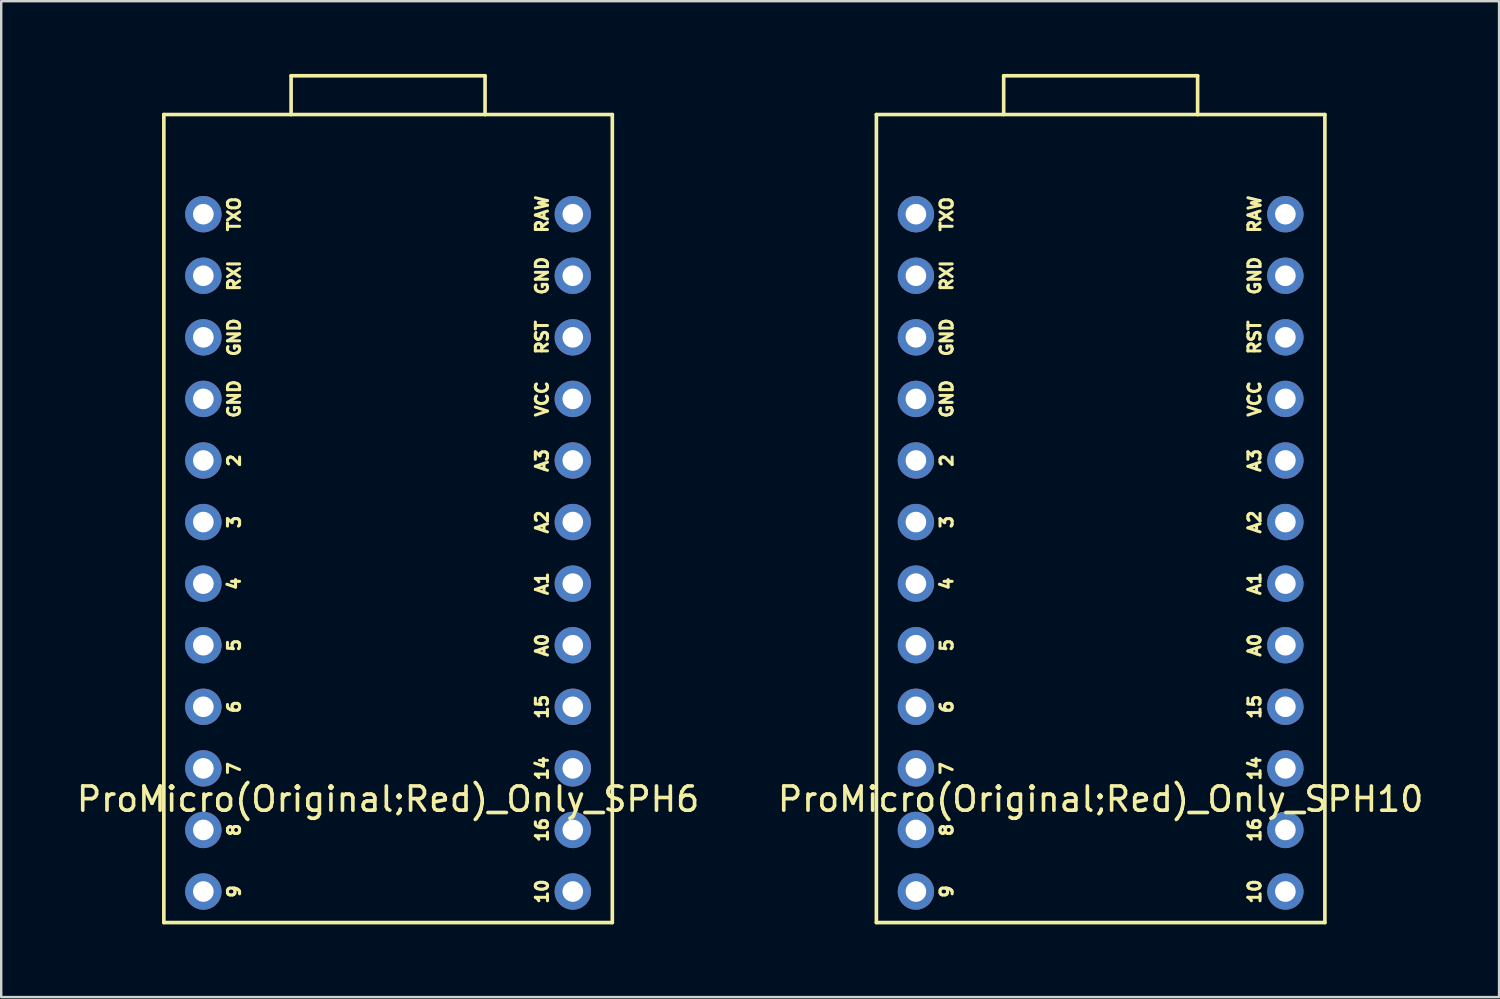
<source format=kicad_pcb>
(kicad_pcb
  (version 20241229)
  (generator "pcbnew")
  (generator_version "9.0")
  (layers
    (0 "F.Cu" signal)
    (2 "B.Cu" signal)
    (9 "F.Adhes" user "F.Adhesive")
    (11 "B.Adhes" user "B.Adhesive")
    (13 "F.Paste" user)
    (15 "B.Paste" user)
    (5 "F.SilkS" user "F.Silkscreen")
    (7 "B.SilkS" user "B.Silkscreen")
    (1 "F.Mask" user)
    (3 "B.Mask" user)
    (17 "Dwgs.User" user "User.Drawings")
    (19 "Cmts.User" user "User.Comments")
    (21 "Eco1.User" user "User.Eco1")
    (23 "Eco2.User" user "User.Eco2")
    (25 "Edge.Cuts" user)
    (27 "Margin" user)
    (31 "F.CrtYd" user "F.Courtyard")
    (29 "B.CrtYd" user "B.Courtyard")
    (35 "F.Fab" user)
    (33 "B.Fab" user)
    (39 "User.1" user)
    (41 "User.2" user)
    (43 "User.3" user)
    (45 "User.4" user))
  (footprint "ProMicro(Original;Red)_Only_SPH10"
    (layer "F.Cu")
    (at 34.731 5.785)
    (property "Reference" "ProMicro(Original;Red)_Only_SPH10" (at 7.62 24.13 0) (layer "F.SilkS") (effects (font (size 1 1) (thickness 0.15))))
    (attr through_hole)
    (fp_line (start -1.63 -4.11) (end -1.63 29.22) (stroke (width 0.15) (type solid)) (layer "F.SilkS"))
    (fp_line (start -1.63 29.22) (end 16.87 29.22) (stroke (width 0.15) (type solid)) (layer "F.SilkS"))
    (fp_line (start 3.62 -5.71) (end 11.62 -5.71) (stroke (width 0.15) (type solid)) (layer "F.SilkS"))
    (fp_line (start 3.62 -4.11) (end 3.62 -5.71) (stroke (width 0.15) (type solid)) (layer "F.SilkS"))
    (fp_line (start 11.62 -5.71) (end 11.62 -4.11) (stroke (width 0.15) (type solid)) (layer "F.SilkS"))
    (fp_line (start 16.87 -4.11) (end -1.63 -4.11) (stroke (width 0.15) (type solid)) (layer "F.SilkS"))
    (fp_line (start 16.87 29.22) (end 16.87 -4.11) (stroke (width 0.15) (type solid)) (layer "F.SilkS"))
    (fp_text user "15" (at 13.97 20.32 90) (layer "F.SilkS") (effects (font (size 0.5 0.5) (thickness 0.125))))
    (fp_text user "8" (at 1.27 25.4 90) (layer "F.SilkS") (effects (font (size 0.5 0.5) (thickness 0.125))))
    (fp_text user "4" (at 1.27 15.24 90) (layer "F.SilkS") (effects (font (size 0.5 0.5) (thickness 0.125))))
    (fp_text user "7" (at 1.27 22.86 90) (layer "F.SilkS") (effects (font (size 0.5 0.5) (thickness 0.125))))
    (fp_text user "RXI" (at 1.27 2.54 90) (layer "F.SilkS") (effects (font (size 0.5 0.5) (thickness 0.125))))
    (fp_text user "GND" (at 1.27 7.62 90) (layer "F.SilkS") (effects (font (size 0.5 0.5) (thickness 0.125))))
    (fp_text user "2" (at 1.27 10.16 90) (layer "F.SilkS") (effects (font (size 0.5 0.5) (thickness 0.125))))
    (fp_text user "5" (at 1.27 17.78 90) (layer "F.SilkS") (effects (font (size 0.5 0.5) (thickness 0.125))))
    (fp_text user "3" (at 1.27 12.7 90) (layer "F.SilkS") (effects (font (size 0.5 0.5) (thickness 0.125))))
    (fp_text user "VCC" (at 13.97 7.62 90) (layer "F.SilkS") (effects (font (size 0.5 0.5) (thickness 0.125))))
    (fp_text user "14" (at 13.97 22.86 90) (layer "F.SilkS") (effects (font (size 0.5 0.5) (thickness 0.125))))
    (fp_text user "9" (at 1.27 27.94 90) (layer "F.SilkS") (effects (font (size 0.5 0.5) (thickness 0.125))))
    (fp_text user "16" (at 13.97 25.4 90) (layer "F.SilkS") (effects (font (size 0.5 0.5) (thickness 0.125))))
    (fp_text user "GND" (at 1.27 5.08 90) (layer "F.SilkS") (effects (font (size 0.5 0.5) (thickness 0.125))))
    (fp_text user "RST" (at 13.97 5.08 90) (layer "F.SilkS") (effects (font (size 0.5 0.5) (thickness 0.125))))
    (fp_text user "6" (at 1.27 20.32 90) (layer "F.SilkS") (effects (font (size 0.5 0.5) (thickness 0.125))))
    (fp_text user "GND" (at 13.97 2.54 90) (layer "F.SilkS") (effects (font (size 0.5 0.5) (thickness 0.125))))
    (fp_text user "TXO" (at 1.27 0 90) (layer "F.SilkS") (effects (font (size 0.5 0.5) (thickness 0.125))))
    (fp_text user "A1" (at 13.97 15.24 90) (layer "F.SilkS") (effects (font (size 0.5 0.5) (thickness 0.125))))
    (fp_text user "A0" (at 13.97 17.78 90) (layer "F.SilkS") (effects (font (size 0.5 0.5) (thickness 0.125))))
    (fp_text user "10" (at 13.97 27.94 90) (layer "F.SilkS") (effects (font (size 0.5 0.5) (thickness 0.125))))
    (fp_text user "RAW" (at 13.97 0 90) (layer "F.SilkS") (effects (font (size 0.5 0.5) (thickness 0.125))))
    (fp_text user "A2" (at 13.97 12.7 90) (layer "F.SilkS") (effects (font (size 0.5 0.5) (thickness 0.125))))
    (fp_text user "A3" (at 13.97 10.16 90) (layer "F.SilkS") (effects (font (size 0.5 0.5) (thickness 0.125))))
    (pad "2" thru_hole circle (at 0 10.16) (size 1.5 1.5) (drill 0.85) (layers "*.Cu" "*.Mask"))
    (pad "3" thru_hole circle (at 0 12.7) (size 1.5 1.5) (drill 0.85) (layers "*.Cu" "*.Mask"))
    (pad "4" thru_hole circle (at 0 15.24) (size 1.5 1.5) (drill 0.85) (layers "*.Cu" "*.Mask"))
    (pad "5" thru_hole circle (at 0 17.78) (size 1.5 1.5) (drill 0.85) (layers "*.Cu" "*.Mask"))
    (pad "6" thru_hole circle (at 0 20.32) (size 1.5 1.5) (drill 0.85) (layers "*.Cu" "*.Mask"))
    (pad "7" thru_hole circle (at 0 22.86) (size 1.5 1.5) (drill 0.85) (layers "*.Cu" "*.Mask"))
    (pad "8" thru_hole circle (at 0 25.4) (size 1.5 1.5) (drill 0.85) (layers "*.Cu" "*.Mask"))
    (pad "9" thru_hole circle (at 0 27.94) (size 1.5 1.5) (drill 0.85) (layers "*.Cu" "*.Mask"))
    (pad "10" thru_hole circle (at 15.24 27.94) (size 1.5 1.5) (drill 0.85) (layers "*.Cu" "*.Mask"))
    (pad "14" thru_hole circle (at 15.24 22.86) (size 1.5 1.5) (drill 0.85) (layers "*.Cu" "*.Mask"))
    (pad "15" thru_hole circle (at 15.24 20.32) (size 1.5 1.5) (drill 0.85) (layers "*.Cu" "*.Mask"))
    (pad "16" thru_hole circle (at 15.24 25.4) (size 1.5 1.5) (drill 0.85) (layers "*.Cu" "*.Mask"))
    (pad "A0" thru_hole circle (at 15.24 17.78) (size 1.5 1.5) (drill 0.85) (layers "*.Cu" "*.Mask"))
    (pad "A1" thru_hole circle (at 15.24 15.24) (size 1.5 1.5) (drill 0.85) (layers "*.Cu" "*.Mask"))
    (pad "A2" thru_hole circle (at 15.24 12.7) (size 1.5 1.5) (drill 0.85) (layers "*.Cu" "*.Mask"))
    (pad "A3" thru_hole circle (at 15.24 10.16) (size 1.5 1.5) (drill 0.85) (layers "*.Cu" "*.Mask"))
    (pad "GND0" thru_hole circle (at 15.24 2.54) (size 1.5 1.5) (drill 0.85) (layers "*.Cu" "*.Mask"))
    (pad "GND1" thru_hole circle (at 0 5.08) (size 1.5 1.5) (drill 0.85) (layers "*.Cu" "*.Mask"))
    (pad "GND2" thru_hole circle (at 0 7.62) (size 1.5 1.5) (drill 0.85) (layers "*.Cu" "*.Mask"))
    (pad "RAW" thru_hole circle (at 15.24 0) (size 1.5 1.5) (drill 0.85) (layers "*.Cu" "*.Mask"))
    (pad "RST" thru_hole circle (at 15.24 5.08) (size 1.5 1.5) (drill 0.85) (layers "*.Cu" "*.Mask"))
    (pad "RXI" thru_hole circle (at 0 2.54) (size 1.5 1.5) (drill 0.85) (layers "*.Cu" "*.Mask"))
    (pad "TXO" thru_hole circle (at 0 0 90) (size 1.5 1.5) (drill 0.85) (layers "*.Cu" "*.Mask"))
    (pad "VCC" thru_hole circle (at 15.24 7.62) (size 1.5 1.5) (drill 0.85) (layers "*.Cu" "*.Mask")))
  (footprint "ProMicro(Original;Red)_Only_SPH6"
    (layer "F.Cu")
    (at 5.338 5.785)
    (property "Reference" "ProMicro(Original;Red)_Only_SPH6" (at 7.62 24.13 0) (layer "F.SilkS") (effects (font (size 1 1) (thickness 0.15))))
    (attr through_hole)
    (fp_line (start -1.63 -4.11) (end -1.63 29.22) (stroke (width 0.15) (type solid)) (layer "F.SilkS"))
    (fp_line (start -1.63 29.22) (end 16.87 29.22) (stroke (width 0.15) (type solid)) (layer "F.SilkS"))
    (fp_line (start 3.62 -5.71) (end 11.62 -5.71) (stroke (width 0.15) (type solid)) (layer "F.SilkS"))
    (fp_line (start 3.62 -4.11) (end 3.62 -5.71) (stroke (width 0.15) (type solid)) (layer "F.SilkS"))
    (fp_line (start 11.62 -5.71) (end 11.62 -4.11) (stroke (width 0.15) (type solid)) (layer "F.SilkS"))
    (fp_line (start 16.87 -4.11) (end -1.63 -4.11) (stroke (width 0.15) (type solid)) (layer "F.SilkS"))
    (fp_line (start 16.87 29.22) (end 16.87 -4.11) (stroke (width 0.15) (type solid)) (layer "F.SilkS"))
    (fp_text user "10" (at 13.97 27.94 90) (layer "F.SilkS") (effects (font (size 0.5 0.5) (thickness 0.125))))
    (fp_text user "4" (at 1.27 15.24 90) (layer "F.SilkS") (effects (font (size 0.5 0.5) (thickness 0.125))))
    (fp_text user "A2" (at 13.97 12.7 90) (layer "F.SilkS") (effects (font (size 0.5 0.5) (thickness 0.125))))
    (fp_text user "15" (at 13.97 20.32 90) (layer "F.SilkS") (effects (font (size 0.5 0.5) (thickness 0.125))))
    (fp_text user "GND" (at 1.27 5.08 90) (layer "F.SilkS") (effects (font (size 0.5 0.5) (thickness 0.125))))
    (fp_text user "A1" (at 13.97 15.24 90) (layer "F.SilkS") (effects (font (size 0.5 0.5) (thickness 0.125))))
    (fp_text user "RXI" (at 1.27 2.54 90) (layer "F.SilkS") (effects (font (size 0.5 0.5) (thickness 0.125))))
    (fp_text user "VCC" (at 13.97 7.62 90) (layer "F.SilkS") (effects (font (size 0.5 0.5) (thickness 0.125))))
    (fp_text user "5" (at 1.27 17.78 90) (layer "F.SilkS") (effects (font (size 0.5 0.5) (thickness 0.125))))
    (fp_text user "GND" (at 13.97 2.54 90) (layer "F.SilkS") (effects (font (size 0.5 0.5) (thickness 0.125))))
    (fp_text user "8" (at 1.27 25.4 90) (layer "F.SilkS") (effects (font (size 0.5 0.5) (thickness 0.125))))
    (fp_text user "9" (at 1.27 27.94 90) (layer "F.SilkS") (effects (font (size 0.5 0.5) (thickness 0.125))))
    (fp_text user "GND" (at 1.27 7.62 90) (layer "F.SilkS") (effects (font (size 0.5 0.5) (thickness 0.125))))
    (fp_text user "TXO" (at 1.27 0 90) (layer "F.SilkS") (effects (font (size 0.5 0.5) (thickness 0.125))))
    (fp_text user "14" (at 13.97 22.86 90) (layer "F.SilkS") (effects (font (size 0.5 0.5) (thickness 0.125))))
    (fp_text user "16" (at 13.97 25.4 90) (layer "F.SilkS") (effects (font (size 0.5 0.5) (thickness 0.125))))
    (fp_text user "7" (at 1.27 22.86 90) (layer "F.SilkS") (effects (font (size 0.5 0.5) (thickness 0.125))))
    (fp_text user "RST" (at 13.97 5.08 90) (layer "F.SilkS") (effects (font (size 0.5 0.5) (thickness 0.125))))
    (fp_text user "A0" (at 13.97 17.78 90) (layer "F.SilkS") (effects (font (size 0.5 0.5) (thickness 0.125))))
    (fp_text user "2" (at 1.27 10.16 90) (layer "F.SilkS") (effects (font (size 0.5 0.5) (thickness 0.125))))
    (fp_text user "6" (at 1.27 20.32 90) (layer "F.SilkS") (effects (font (size 0.5 0.5) (thickness 0.125))))
    (fp_text user "RAW" (at 13.97 0 90) (layer "F.SilkS") (effects (font (size 0.5 0.5) (thickness 0.125))))
    (fp_text user "A3" (at 13.97 10.16 90) (layer "F.SilkS") (effects (font (size 0.5 0.5) (thickness 0.125))))
    (fp_text user "3" (at 1.27 12.7 90) (layer "F.SilkS") (effects (font (size 0.5 0.5) (thickness 0.125))))
    (pad "2" thru_hole circle (at 0 10.16) (size 1.5 1.5) (drill 0.85) (layers "*.Cu" "*.Mask"))
    (pad "3" thru_hole circle (at 0 12.7) (size 1.5 1.5) (drill 0.85) (layers "*.Cu" "*.Mask"))
    (pad "4" thru_hole circle (at 0 15.24) (size 1.5 1.5) (drill 0.85) (layers "*.Cu" "*.Mask"))
    (pad "5" thru_hole circle (at 0 17.78) (size 1.5 1.5) (drill 0.85) (layers "*.Cu" "*.Mask"))
    (pad "6" thru_hole circle (at 0 20.32) (size 1.5 1.5) (drill 0.85) (layers "*.Cu" "*.Mask"))
    (pad "7" thru_hole circle (at 0 22.86) (size 1.5 1.5) (drill 0.85) (layers "*.Cu" "*.Mask"))
    (pad "8" thru_hole circle (at 0 25.4) (size 1.5 1.5) (drill 0.85) (layers "*.Cu" "*.Mask"))
    (pad "9" thru_hole circle (at 0 27.94) (size 1.5 1.5) (drill 0.85) (layers "*.Cu" "*.Mask"))
    (pad "10" thru_hole circle (at 15.24 27.94) (size 1.5 1.5) (drill 0.85) (layers "*.Cu" "*.Mask"))
    (pad "14" thru_hole circle (at 15.24 22.86) (size 1.5 1.5) (drill 0.85) (layers "*.Cu" "*.Mask"))
    (pad "15" thru_hole circle (at 15.24 20.32) (size 1.5 1.5) (drill 0.85) (layers "*.Cu" "*.Mask"))
    (pad "16" thru_hole circle (at 15.24 25.4) (size 1.5 1.5) (drill 0.85) (layers "*.Cu" "*.Mask"))
    (pad "A0" thru_hole circle (at 15.24 17.78) (size 1.5 1.5) (drill 0.85) (layers "*.Cu" "*.Mask"))
    (pad "A1" thru_hole circle (at 15.24 15.24) (size 1.5 1.5) (drill 0.85) (layers "*.Cu" "*.Mask"))
    (pad "A2" thru_hole circle (at 15.24 12.7) (size 1.5 1.5) (drill 0.85) (layers "*.Cu" "*.Mask"))
    (pad "A3" thru_hole circle (at 15.24 10.16) (size 1.5 1.5) (drill 0.85) (layers "*.Cu" "*.Mask"))
    (pad "GND0" thru_hole circle (at 15.24 2.54) (size 1.5 1.5) (drill 0.85) (layers "*.Cu" "*.Mask"))
    (pad "GND1" thru_hole circle (at 0 5.08) (size 1.5 1.5) (drill 0.85) (layers "*.Cu" "*.Mask"))
    (pad "GND2" thru_hole circle (at 0 7.62) (size 1.5 1.5) (drill 0.85) (layers "*.Cu" "*.Mask"))
    (pad "RAW" thru_hole circle (at 15.24 0) (size 1.5 1.5) (drill 0.85) (layers "*.Cu" "*.Mask"))
    (pad "RST" thru_hole circle (at 15.24 5.08) (size 1.5 1.5) (drill 0.85) (layers "*.Cu" "*.Mask"))
    (pad "RXI" thru_hole circle (at 0 2.54) (size 1.5 1.5) (drill 0.85) (layers "*.Cu" "*.Mask"))
    (pad "TXO" thru_hole circle (at 0 0 90) (size 1.5 1.5) (drill 0.85) (layers "*.Cu" "*.Mask"))
    (pad "VCC" thru_hole circle (at 15.24 7.62) (size 1.5 1.5) (drill 0.85) (layers "*.Cu" "*.Mask")))
  (gr_rect
    (start -3 -3)
    (end 58.786 38.08)
    (stroke (width 0.1) (type default))
    (fill no)
    (layer "Edge.Cuts")))
</source>
